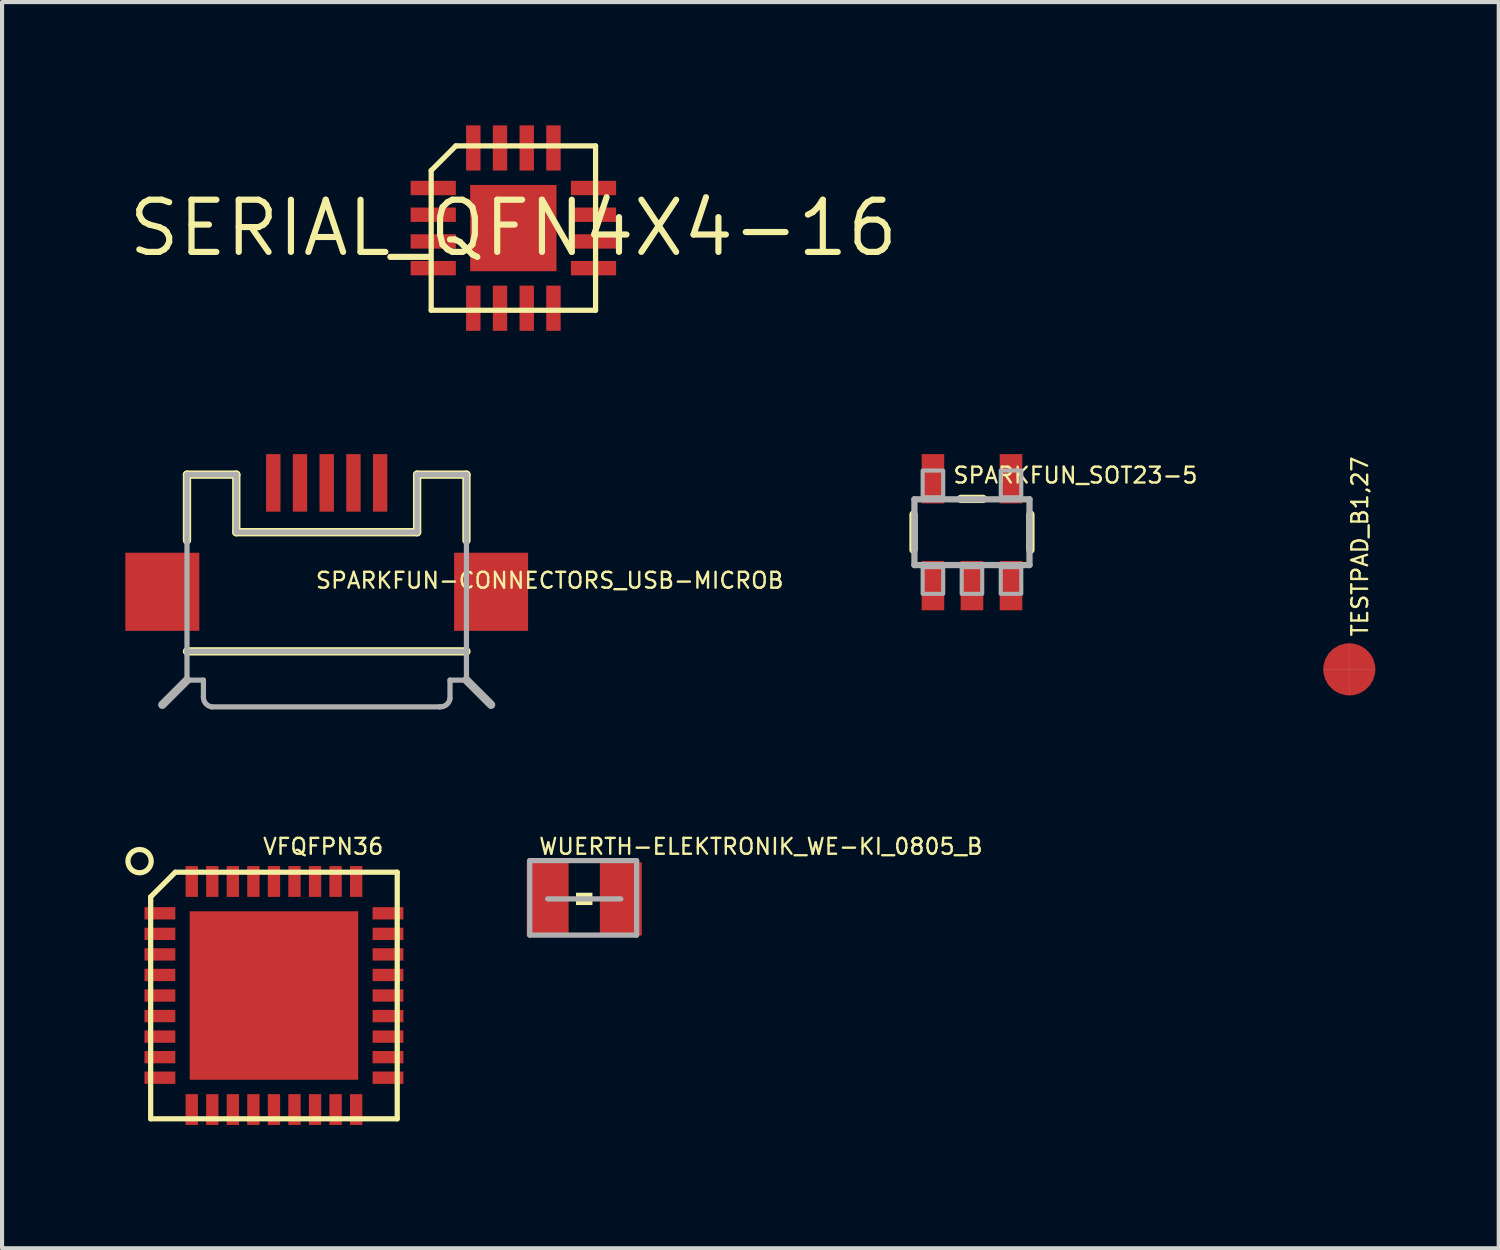
<source format=kicad_pcb>
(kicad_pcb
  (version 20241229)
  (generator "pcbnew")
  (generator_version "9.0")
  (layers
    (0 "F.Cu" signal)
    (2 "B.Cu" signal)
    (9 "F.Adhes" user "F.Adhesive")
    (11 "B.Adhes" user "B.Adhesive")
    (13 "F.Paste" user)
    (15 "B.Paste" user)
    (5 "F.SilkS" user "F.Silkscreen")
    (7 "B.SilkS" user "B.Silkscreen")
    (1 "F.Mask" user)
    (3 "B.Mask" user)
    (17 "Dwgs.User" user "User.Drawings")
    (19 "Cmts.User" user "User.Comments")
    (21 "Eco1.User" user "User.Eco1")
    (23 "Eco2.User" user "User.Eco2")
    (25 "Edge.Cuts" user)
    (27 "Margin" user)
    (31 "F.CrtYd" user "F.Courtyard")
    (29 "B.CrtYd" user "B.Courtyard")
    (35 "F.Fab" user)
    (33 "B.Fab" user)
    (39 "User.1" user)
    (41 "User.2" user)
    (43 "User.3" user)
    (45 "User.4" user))
  (footprint "VFQFPN36"
    (layer "F.Cu")
    (at 3.616 21.174)
    (property "Reference" "VFQFPN36" (at -0.3 -3.4 0) (layer "F.SilkS") (effects (font (size 0.386 0.386) (thickness 0.058)) (justify left bottom)))
    (attr through_hole)
    (fp_line (start -3 -2.4) (end -2.4 -3) (stroke (width 0.127) (type solid)) (layer "F.SilkS"))
    (fp_line (start -3 -2.3) (end -3 -2.4) (stroke (width 0.127) (type solid)) (layer "F.SilkS"))
    (fp_line (start -3 3) (end -3 -2.3) (stroke (width 0.127) (type solid)) (layer "F.SilkS"))
    (fp_line (start -2.4 -3) (end 3 -3) (stroke (width 0.127) (type solid)) (layer "F.SilkS"))
    (fp_line (start 3 -3) (end 3 3) (stroke (width 0.127) (type solid)) (layer "F.SilkS"))
    (fp_line (start 3 3) (end -3 3) (stroke (width 0.127) (type solid)) (layer "F.SilkS"))
    (fp_circle (center -3.27 -3.27) (end -2.987 -3.27) (stroke (width 0.127) (type solid)) (fill no) (layer "F.SilkS"))
    (fp_poly (pts (xy -1.65 -0.3) (xy -0.3 -0.3) (xy -0.3 -1.65) (xy -1.65 -1.65)) (stroke (width 0) (type solid)) (fill yes) (layer "F.Paste"))
    (fp_poly (pts (xy -1.65 1.65) (xy -0.3 1.65) (xy -0.3 0.3) (xy -1.65 0.3)) (stroke (width 0) (type solid)) (fill yes) (layer "F.Paste"))
    (fp_poly (pts (xy 0.3 -0.3) (xy 1.65 -0.3) (xy 1.65 -1.65) (xy 0.3 -1.65)) (stroke (width 0) (type solid)) (fill yes) (layer "F.Paste"))
    (fp_poly (pts (xy 0.3 1.65) (xy 1.65 1.65) (xy 1.65 0.3) (xy 0.3 0.3)) (stroke (width 0) (type solid)) (fill yes) (layer "F.Paste"))
    (pad "1" smd rect (at -2.775 -2) (size 0.75 0.3) (layers "F.Cu" "F.Mask" "F.Paste"))
    (pad "2" smd rect (at -2.775 -1.5) (size 0.75 0.3) (layers "F.Cu" "F.Mask" "F.Paste"))
    (pad "3" smd rect (at -2.775 -1) (size 0.75 0.3) (layers "F.Cu" "F.Mask" "F.Paste"))
    (pad "4" smd rect (at -2.775 -0.5) (size 0.75 0.3) (layers "F.Cu" "F.Mask" "F.Paste"))
    (pad "5" smd rect (at -2.775 0) (size 0.75 0.3) (layers "F.Cu" "F.Mask" "F.Paste"))
    (pad "6" smd rect (at -2.775 0.5) (size 0.75 0.3) (layers "F.Cu" "F.Mask" "F.Paste"))
    (pad "7" smd rect (at -2.775 1) (size 0.75 0.3) (layers "F.Cu" "F.Mask" "F.Paste"))
    (pad "8" smd rect (at -2.775 1.5) (size 0.75 0.3) (layers "F.Cu" "F.Mask" "F.Paste"))
    (pad "9" smd rect (at -2.775 2) (size 0.75 0.3) (layers "F.Cu" "F.Mask" "F.Paste"))
    (pad "10" smd rect (at -2 2.775 90) (size 0.75 0.3) (layers "F.Cu" "F.Mask" "F.Paste"))
    (pad "11" smd rect (at -1.5 2.775 90) (size 0.75 0.3) (layers "F.Cu" "F.Mask" "F.Paste"))
    (pad "12" smd rect (at -1 2.775 90) (size 0.75 0.3) (layers "F.Cu" "F.Mask" "F.Paste"))
    (pad "13" smd rect (at -0.5 2.775 90) (size 0.75 0.3) (layers "F.Cu" "F.Mask" "F.Paste"))
    (pad "14" smd rect (at 0 2.775 90) (size 0.75 0.3) (layers "F.Cu" "F.Mask" "F.Paste"))
    (pad "15" smd rect (at 0.5 2.775 90) (size 0.75 0.3) (layers "F.Cu" "F.Mask" "F.Paste"))
    (pad "16" smd rect (at 1 2.775 90) (size 0.75 0.3) (layers "F.Cu" "F.Mask" "F.Paste"))
    (pad "17" smd rect (at 1.5 2.775 90) (size 0.75 0.3) (layers "F.Cu" "F.Mask" "F.Paste"))
    (pad "18" smd rect (at 2 2.775 90) (size 0.75 0.3) (layers "F.Cu" "F.Mask" "F.Paste"))
    (pad "19" smd rect (at 2.775 2 180) (size 0.75 0.3) (layers "F.Cu" "F.Mask" "F.Paste"))
    (pad "20" smd rect (at 2.775 1.5 180) (size 0.75 0.3) (layers "F.Cu" "F.Mask" "F.Paste"))
    (pad "21" smd rect (at 2.775 1 180) (size 0.75 0.3) (layers "F.Cu" "F.Mask" "F.Paste"))
    (pad "22" smd rect (at 2.775 0.5 180) (size 0.75 0.3) (layers "F.Cu" "F.Mask" "F.Paste"))
    (pad "23" smd rect (at 2.775 0 180) (size 0.75 0.3) (layers "F.Cu" "F.Mask" "F.Paste"))
    (pad "24" smd rect (at 2.775 -0.5 180) (size 0.75 0.3) (layers "F.Cu" "F.Mask" "F.Paste"))
    (pad "25" smd rect (at 2.775 -1 180) (size 0.75 0.3) (layers "F.Cu" "F.Mask" "F.Paste"))
    (pad "26" smd rect (at 2.775 -1.5 180) (size 0.75 0.3) (layers "F.Cu" "F.Mask" "F.Paste"))
    (pad "27" smd rect (at 2.775 -2 180) (size 0.75 0.3) (layers "F.Cu" "F.Mask" "F.Paste"))
    (pad "28" smd rect (at 2 -2.775 270) (size 0.75 0.3) (layers "F.Cu" "F.Mask" "F.Paste"))
    (pad "29" smd rect (at 1.5 -2.775 270) (size 0.75 0.3) (layers "F.Cu" "F.Mask" "F.Paste"))
    (pad "30" smd rect (at 1 -2.775 270) (size 0.75 0.3) (layers "F.Cu" "F.Mask" "F.Paste"))
    (pad "31" smd rect (at 0.5 -2.775 270) (size 0.75 0.3) (layers "F.Cu" "F.Mask" "F.Paste"))
    (pad "32" smd rect (at 0 -2.775 270) (size 0.75 0.3) (layers "F.Cu" "F.Mask" "F.Paste"))
    (pad "33" smd rect (at -0.5 -2.775 270) (size 0.75 0.3) (layers "F.Cu" "F.Mask" "F.Paste"))
    (pad "34" smd rect (at -1 -2.775 270) (size 0.75 0.3) (layers "F.Cu" "F.Mask" "F.Paste"))
    (pad "35" smd rect (at -1.5 -2.775 270) (size 0.75 0.3) (layers "F.Cu" "F.Mask" "F.Paste"))
    (pad "36" smd rect (at -2 -2.775 270) (size 0.75 0.3) (layers "F.Cu" "F.Mask" "F.Paste"))
    (pad "TP" smd rect (at 0 0) (size 4.1 4.1) (layers "F.Cu" "F.Mask")))
  (footprint "SPARKFUN_SOT23-5"
    (layer "F.Cu")
    (at 20.601 9.9)
    (property "Reference" "SPARKFUN_SOT23-5" (at -0.489 -1.159 0) (layer "F.SilkS") (effects (font (size 0.386 0.386) (thickness 0.058)) (justify left bottom)))
    (attr through_hole)
    (fp_line (start -1.422 0.429) (end -1.422 -0.429) (stroke (width 0.203) (type solid)) (layer "F.SilkS"))
    (fp_line (start -0.268 -0.81) (end 0.268 -0.81) (stroke (width 0.203) (type solid)) (layer "F.SilkS"))
    (fp_line (start 1.422 -0.429) (end 1.422 0.429) (stroke (width 0.203) (type solid)) (layer "F.SilkS"))
    (fp_line (start -1.4 -0.8) (end -1.4 0.8) (stroke (width 0.152) (type solid)) (layer "F.Fab"))
    (fp_line (start -1.4 -0.8) (end 1.4 -0.8) (stroke (width 0.152) (type solid)) (layer "F.Fab"))
    (fp_line (start 1.4 -0.8) (end 1.4 0.8) (stroke (width 0.152) (type solid)) (layer "F.Fab"))
    (fp_line (start 1.4 0.8) (end -1.4 0.8) (stroke (width 0.152) (type solid)) (layer "F.Fab"))
    (fp_poly (pts (xy -1.2 -0.85) (xy -0.7 -0.85) (xy -0.7 -1.5) (xy -1.2 -1.5)) (stroke (width 0.1) (type solid)) (fill no) (layer "F.Fab"))
    (fp_poly (pts (xy -1.2 1.5) (xy -0.7 1.5) (xy -0.7 0.85) (xy -1.2 0.85)) (stroke (width 0.1) (type solid)) (fill no) (layer "F.Fab"))
    (fp_poly (pts (xy -0.25 1.5) (xy 0.25 1.5) (xy 0.25 0.85) (xy -0.25 0.85)) (stroke (width 0.1) (type solid)) (fill no) (layer "F.Fab"))
    (fp_poly (pts (xy 0.7 -0.85) (xy 1.2 -0.85) (xy 1.2 -1.5) (xy 0.7 -1.5)) (stroke (width 0.1) (type solid)) (fill no) (layer "F.Fab"))
    (fp_poly (pts (xy 0.7 1.5) (xy 1.2 1.5) (xy 1.2 0.85) (xy 0.7 0.85)) (stroke (width 0.1) (type solid)) (fill no) (layer "F.Fab"))
    (pad "1" smd rect (at -0.95 1.3) (size 0.55 1.2) (layers "F.Cu" "F.Mask" "F.Paste"))
    (pad "2" smd rect (at 0 1.3) (size 0.55 1.2) (layers "F.Cu" "F.Mask" "F.Paste"))
    (pad "3" smd rect (at 0.95 1.3) (size 0.55 1.2) (layers "F.Cu" "F.Mask" "F.Paste"))
    (pad "4" smd rect (at 0.95 -1.3) (size 0.55 1.2) (layers "F.Cu" "F.Mask" "F.Paste"))
    (pad "5" smd rect (at -0.95 -1.3) (size 0.55 1.2) (layers "F.Cu" "F.Mask" "F.Paste")))
  (footprint "SPARKFUN-CONNECTORS_USB-MICROB"
    (layer "F.Cu")
    (at 4.9 11.35)
    (property "Reference" "SPARKFUN-CONNECTORS_USB-MICROB" (at -0.3 -0.05 0) (layer "F.SilkS") (effects (font (size 0.386 0.386) (thickness 0.058)) (justify left bottom)))
    (attr through_hole)
    (fp_line (start -3.4 -2.85) (end -2.2 -2.85) (stroke (width 0.203) (type solid)) (layer "F.SilkS"))
    (fp_line (start -3.4 -1.25) (end -3.4 -2.85) (stroke (width 0.203) (type solid)) (layer "F.SilkS"))
    (fp_line (start -3.4 1.45) (end 3.4 1.45) (stroke (width 0.203) (type solid)) (layer "F.SilkS"))
    (fp_line (start -2.2 -2.85) (end -2.2 -1.45) (stroke (width 0.203) (type solid)) (layer "F.SilkS"))
    (fp_line (start -2.2 -1.45) (end 2.2 -1.45) (stroke (width 0.203) (type solid)) (layer "F.SilkS"))
    (fp_line (start 2.2 -1.45) (end 2.2 -2.85) (stroke (width 0.203) (type solid)) (layer "F.SilkS"))
    (fp_line (start 3.4 -2.85) (end 2.2 -2.85) (stroke (width 0.203) (type solid)) (layer "F.SilkS"))
    (fp_line (start 3.4 -1.25) (end 3.4 -2.85) (stroke (width 0.203) (type solid)) (layer "F.SilkS"))
    (fp_line (start -3.4 -2.85) (end -2.2 -2.85) (stroke (width 0.127) (type solid)) (layer "F.Fab"))
    (fp_line (start -3.4 1.45) (end -3.4 -2.85) (stroke (width 0.127) (type solid)) (layer "F.Fab"))
    (fp_line (start -3.4 1.45) (end 3.4 1.45) (stroke (width 0.127) (type solid)) (layer "F.Fab"))
    (fp_line (start -3.4 2.15) (end -4 2.75) (stroke (width 0.203) (type solid)) (layer "F.Fab"))
    (fp_line (start -3.4 2.15) (end -3.4 1.45) (stroke (width 0.127) (type solid)) (layer "F.Fab"))
    (fp_line (start -3.4 2.15) (end -3 2.15) (stroke (width 0.127) (type solid)) (layer "F.Fab"))
    (fp_line (start -3 2.15) (end -3 2.55) (stroke (width 0.127) (type solid)) (layer "F.Fab"))
    (fp_line (start -2.8 2.8) (end 2.75 2.8) (stroke (width 0.127) (type solid)) (layer "F.Fab"))
    (fp_line (start -2.2 -1.45) (end -2.2 -2.85) (stroke (width 0.127) (type solid)) (layer "F.Fab"))
    (fp_line (start -2.2 -1.45) (end 2.2 -1.45) (stroke (width 0.127) (type solid)) (layer "F.Fab"))
    (fp_line (start 2.2 -1.45) (end 2.2 -2.85) (stroke (width 0.127) (type solid)) (layer "F.Fab"))
    (fp_line (start 3 2.15) (end 3.4 2.15) (stroke (width 0.127) (type solid)) (layer "F.Fab"))
    (fp_line (start 3 2.6) (end 3 2.15) (stroke (width 0.127) (type solid)) (layer "F.Fab"))
    (fp_line (start 3.4 -2.85) (end 2.2 -2.85) (stroke (width 0.127) (type solid)) (layer "F.Fab"))
    (fp_line (start 3.4 -2.85) (end 3.4 1.45) (stroke (width 0.127) (type solid)) (layer "F.Fab"))
    (fp_line (start 3.4 1.45) (end 3.4 2.15) (stroke (width 0.127) (type solid)) (layer "F.Fab"))
    (fp_line (start 3.4 2.15) (end 4 2.75) (stroke (width 0.203) (type solid)) (layer "F.Fab"))
    (fp_arc (start -2.799998 2.8) (mid -2.948325 2.713661) (end -3 2.55) (stroke (width 0.127) (type solid)) (layer "F.Fab"))
    (fp_arc (start 3 2.599998) (mid 2.913661 2.748325) (end 2.75 2.8) (stroke (width 0.127) (type solid)) (layer "F.Fab"))
    (pad "D+" smd rect (at 0 -2.65 90) (size 1.4 0.35) (layers "F.Cu" "F.Mask" "F.Paste"))
    (pad "D-" smd rect (at -0.65 -2.65 90) (size 1.4 0.35) (layers "F.Cu" "F.Mask" "F.Paste"))
    (pad "GND" smd rect (at 1.3 -2.65 90) (size 1.4 0.35) (layers "F.Cu" "F.Mask" "F.Paste"))
    (pad "ID" smd rect (at 0.65 -2.65 90) (size 1.4 0.35) (layers "F.Cu" "F.Mask" "F.Paste"))
    (pad "MT1" smd rect (at -4 0) (size 1.8 1.9) (layers "F.Cu" "F.Mask" "F.Paste"))
    (pad "MT2" smd rect (at 4 0) (size 1.8 1.9) (layers "F.Cu" "F.Mask" "F.Paste"))
    (pad "VBUS" smd rect (at -1.3 -2.65 90) (size 1.4 0.35) (layers "F.Cu" "F.Mask" "F.Paste")))
  (footprint "WUERTH-ELEKTRONIK_WE-KI_0805_B"
    (layer "F.Cu")
    (at 11.166 18.823)
    (property "Reference" "WUERTH-ELEKTRONIK_WE-KI_0805_B" (at -1.133 -1.049 0) (layer "F.SilkS") (effects (font (size 0.386 0.386) (thickness 0.058)) (justify left bottom)))
    (attr through_hole)
    (fp_poly (pts (xy 0.2 0.15) (xy 0.2 -0.15) (xy -0.2 -0.15) (xy -0.2 0.15)) (stroke (width 0) (type solid)) (fill yes) (layer "F.SilkS"))
    (fp_line (start -1.326 -0.932) (end 1.275 -0.932) (stroke (width 0.127) (type solid)) (layer "F.Fab"))
    (fp_line (start -1.326 0.881) (end -1.326 -0.932) (stroke (width 0.127) (type solid)) (layer "F.Fab"))
    (fp_line (start -0.89 0) (end 0.89 0) (stroke (width 0.127) (type solid)) (layer "F.Fab"))
    (fp_line (start 1.275 -0.932) (end 1.275 0.881) (stroke (width 0.127) (type solid)) (layer "F.Fab"))
    (fp_line (start 1.275 0.881) (end -1.326 0.881) (stroke (width 0.127) (type solid)) (layer "F.Fab"))
    (pad "1" smd rect (at -0.89 0 90) (size 1.78 1.02) (layers "F.Cu" "F.Mask" "F.Paste"))
    (pad "2" smd rect (at 0.89 0 90) (size 1.78 1.02) (layers "F.Cu" "F.Mask" "F.Paste")))
  (footprint "SERIAL_QFN4X4-16"
    (layer "F.Cu")
    (at 9.442 2.5)
    (property "Reference" "SERIAL_QFN4X4-16" (at 0 0 0) (layer "F.SilkS") (effects (font (size 1.27 1.27) (thickness 0.15))))
    (attr through_hole)
    (fp_line (start -2 2) (end -2 -1.4) (stroke (width 0.127) (type solid)) (layer "F.SilkS"))
    (fp_line (start -1.4 -2) (end -2 -1.4) (stroke (width 0.127) (type solid)) (layer "F.SilkS"))
    (fp_line (start 2 -2) (end -1.4 -2) (stroke (width 0.127) (type solid)) (layer "F.SilkS"))
    (fp_line (start 2 -2) (end 2 2) (stroke (width 0.127) (type solid)) (layer "F.SilkS"))
    (fp_line (start 2 2) (end -2 2) (stroke (width 0.127) (type solid)) (layer "F.SilkS"))
    (fp_poly (pts (xy -0.8 0.8) (xy 0.8 0.8) (xy 0.8 -0.8) (xy -0.8 -0.8)) (stroke (width 0) (type solid)) (fill yes) (layer "F.Paste"))
    (pad "1" smd rect (at -1.95 -0.975 180) (size 1.1 0.35) (layers "F.Cu" "F.Mask" "F.Paste"))
    (pad "2" smd rect (at -1.95 -0.325 180) (size 1.1 0.35) (layers "F.Cu" "F.Mask" "F.Paste"))
    (pad "3" smd rect (at -1.95 0.325 180) (size 1.1 0.35) (layers "F.Cu" "F.Mask" "F.Paste"))
    (pad "4" smd rect (at -1.95 0.975 180) (size 1.1 0.35) (layers "F.Cu" "F.Mask" "F.Paste"))
    (pad "5" smd rect (at -0.975 1.95 270) (size 1.1 0.35) (layers "F.Cu" "F.Mask" "F.Paste"))
    (pad "6" smd rect (at -0.325 1.95 270) (size 1.1 0.35) (layers "F.Cu" "F.Mask" "F.Paste"))
    (pad "7" smd rect (at 0.325 1.95 270) (size 1.1 0.35) (layers "F.Cu" "F.Mask" "F.Paste"))
    (pad "8" smd rect (at 0.975 1.95 270) (size 1.1 0.35) (layers "F.Cu" "F.Mask" "F.Paste"))
    (pad "9" smd rect (at 1.95 0.975 180) (size 1.1 0.35) (layers "F.Cu" "F.Mask" "F.Paste"))
    (pad "10" smd rect (at 1.95 0.325 180) (size 1.1 0.35) (layers "F.Cu" "F.Mask" "F.Paste"))
    (pad "11" smd rect (at 1.95 -0.325 180) (size 1.1 0.35) (layers "F.Cu" "F.Mask" "F.Paste"))
    (pad "12" smd rect (at 1.95 -0.975 180) (size 1.1 0.35) (layers "F.Cu" "F.Mask" "F.Paste"))
    (pad "13" smd rect (at 0.975 -1.95 90) (size 1.1 0.35) (layers "F.Cu" "F.Mask" "F.Paste"))
    (pad "14" smd rect (at 0.325 -1.95 90) (size 1.1 0.35) (layers "F.Cu" "F.Mask" "F.Paste"))
    (pad "15" smd rect (at -0.325 -1.95 90) (size 1.1 0.35) (layers "F.Cu" "F.Mask" "F.Paste"))
    (pad "16" smd rect (at -0.975 -1.95 90) (size 1.1 0.35) (layers "F.Cu" "F.Mask" "F.Paste"))
    (pad "C" smd rect (at 0 0) (size 2.1 2.1) (layers "F.Cu" "F.Mask")))
  (footprint "TESTPAD_B1,27"
    (layer "F.Cu")
    (at 29.783 13.237)
    (property "Reference" "TESTPAD_B1,27" (at 0.484 -0.765 270) (layer "F.SilkS") (effects (font (size 0.386 0.386) (thickness 0.058)) (justify left bottom)))
    (attr through_hole)
    (fp_line (start -0.635 0) (end 0.635 0) (stroke (width 0.002) (type solid)) (layer "Dwgs.User"))
    (fp_line (start 0 -0.635) (end 0 0.635) (stroke (width 0.002) (type solid)) (layer "Dwgs.User"))
    (pad "PP" smd roundrect (at 0 0) (size 1.27 1.27) (layers "F.Cu" "F.Mask") (roundrect_rratio 0.5)))
  (gr_rect
    (start -3 -3)
    (end 33.419 27.324)
    (stroke (width 0.1) (type default))
    (fill no)
    (layer "Edge.Cuts")))
</source>
